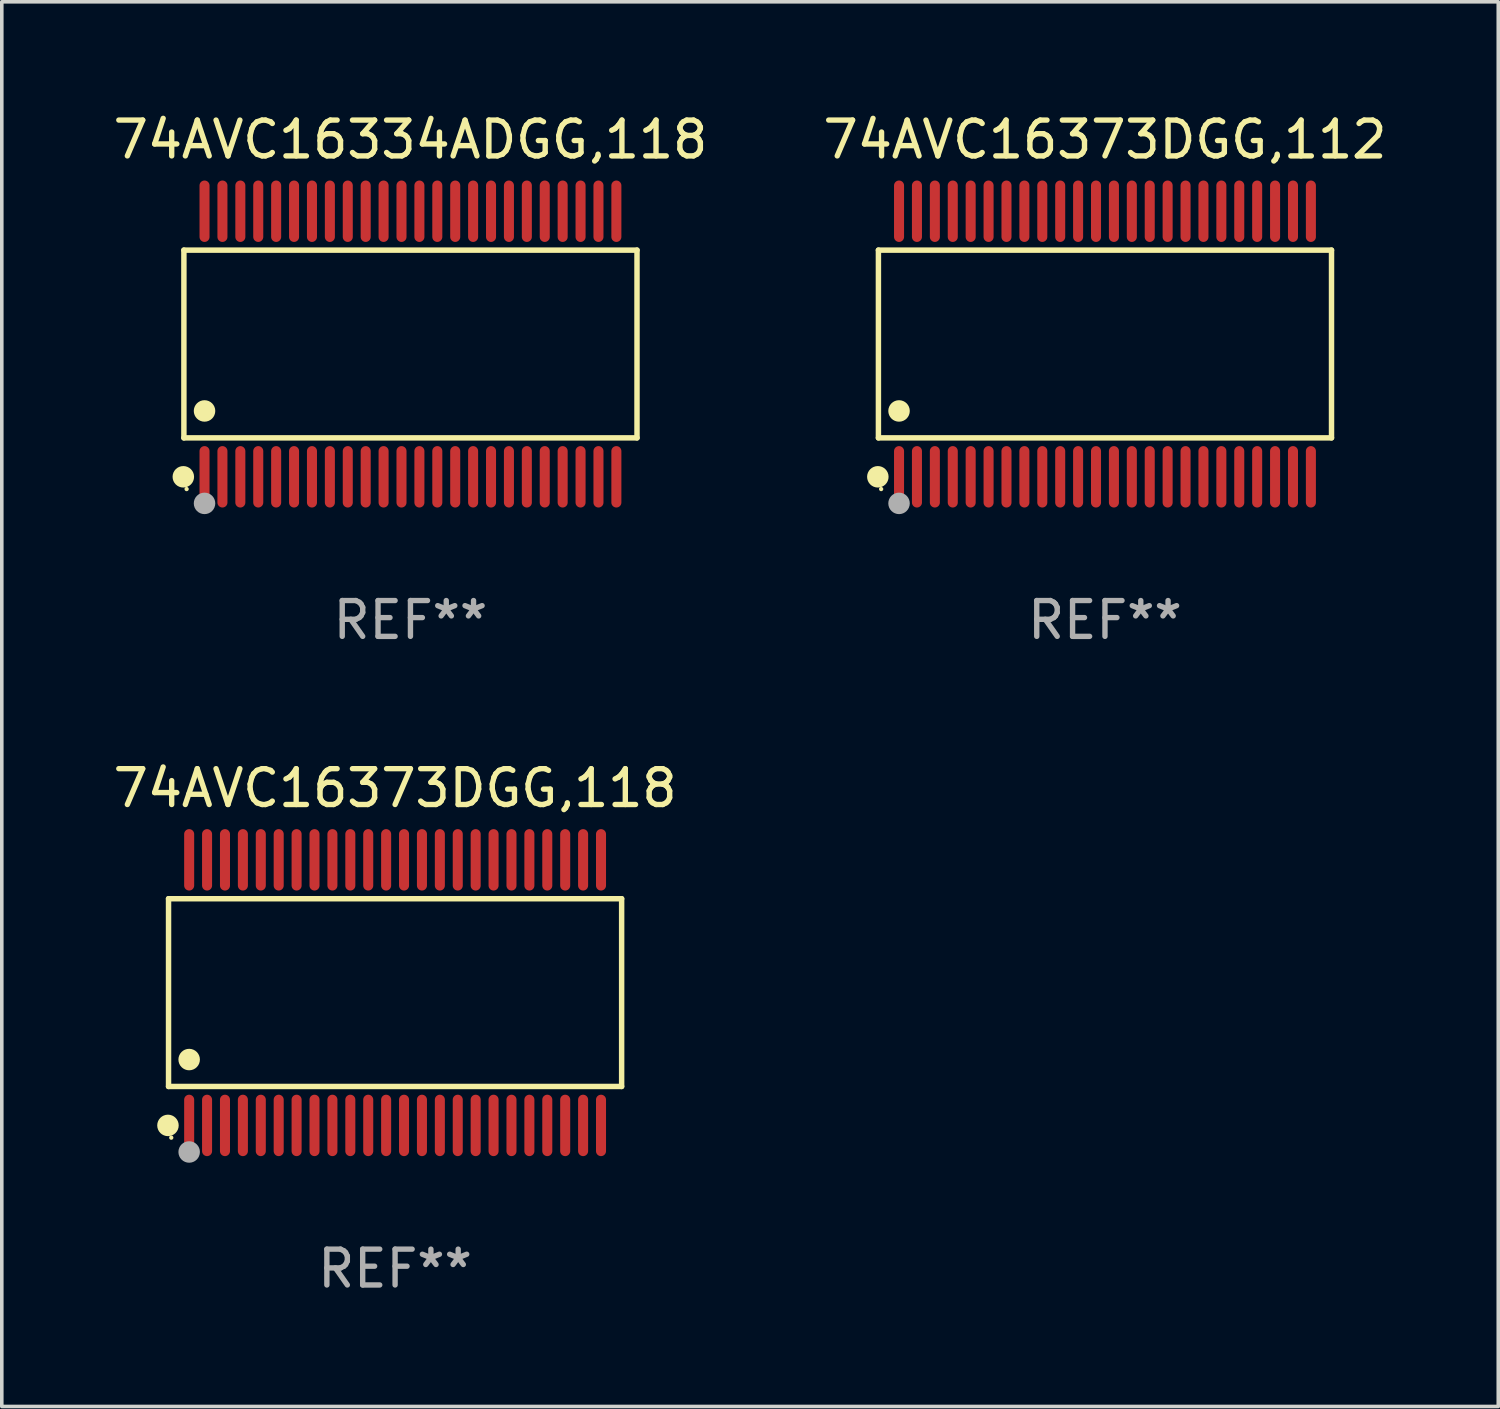
<source format=kicad_pcb>
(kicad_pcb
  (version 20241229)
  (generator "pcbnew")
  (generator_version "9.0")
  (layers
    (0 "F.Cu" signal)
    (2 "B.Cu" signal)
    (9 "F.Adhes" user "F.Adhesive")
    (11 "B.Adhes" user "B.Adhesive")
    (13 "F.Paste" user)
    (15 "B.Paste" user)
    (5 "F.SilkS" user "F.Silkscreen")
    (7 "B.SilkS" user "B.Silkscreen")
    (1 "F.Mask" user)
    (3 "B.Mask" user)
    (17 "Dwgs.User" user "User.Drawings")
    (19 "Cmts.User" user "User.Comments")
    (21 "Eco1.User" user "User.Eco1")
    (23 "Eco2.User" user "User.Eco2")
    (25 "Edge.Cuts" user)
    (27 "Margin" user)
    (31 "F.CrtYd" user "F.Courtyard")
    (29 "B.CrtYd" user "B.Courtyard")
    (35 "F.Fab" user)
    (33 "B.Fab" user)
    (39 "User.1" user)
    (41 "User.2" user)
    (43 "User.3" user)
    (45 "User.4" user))
  (footprint "74AVC16373DGG,118"
    (layer "F.Cu")
    (at 7.982 24.667)
    (property "Reference" "74AVC16373DGG,118" (at 0 -5.708 0) (layer "F.SilkS") (effects (font (size 1 1) (thickness 0.15))))
    (attr through_hole)
    (fp_line (start -6.326 -2.622) (end 6.326 -2.622) (stroke (width 0.152) (type solid)) (layer "F.SilkS"))
    (fp_line (start -6.326 2.621) (end -6.326 -2.622) (stroke (width 0.152) (type solid)) (layer "F.SilkS"))
    (fp_line (start 6.326 -2.622) (end 6.326 2.621) (stroke (width 0.152) (type solid)) (layer "F.SilkS"))
    (fp_line (start 6.326 2.621) (end -6.326 2.621) (stroke (width 0.152) (type solid)) (layer "F.SilkS"))
    (fp_circle (center -6.342 3.708) (end -6.192 3.708) (stroke (width 0.3) (type solid)) (fill no) (layer "F.SilkS"))
    (fp_circle (center -6.25 4.05) (end -6.22 4.05) (stroke (width 0.06) (type solid)) (fill no) (layer "F.SilkS"))
    (fp_circle (center -5.75 1.869) (end -5.6 1.869) (stroke (width 0.3) (type solid)) (fill no) (layer "F.SilkS"))
    (fp_circle (center -5.75 4.45) (end -5.6 4.45) (stroke (width 0.3) (type solid)) (fill no) (layer "F.Fab"))
    (fp_text user "REF**" (at 0 7.708 0) (layer "F.Fab") (effects (font (size 1 1) (thickness 0.15))))
    (pad "1" smd oval (at -5.75 3.708) (size 0.28 1.715) (layers "F.Cu" "F.Mask" "F.Paste"))
    (pad "2" smd oval (at -5.25 3.708) (size 0.28 1.715) (layers "F.Cu" "F.Mask" "F.Paste"))
    (pad "3" smd oval (at -4.75 3.708) (size 0.28 1.715) (layers "F.Cu" "F.Mask" "F.Paste"))
    (pad "4" smd oval (at -4.25 3.708) (size 0.28 1.715) (layers "F.Cu" "F.Mask" "F.Paste"))
    (pad "5" smd oval (at -3.75 3.708) (size 0.28 1.715) (layers "F.Cu" "F.Mask" "F.Paste"))
    (pad "6" smd oval (at -3.25 3.708) (size 0.28 1.715) (layers "F.Cu" "F.Mask" "F.Paste"))
    (pad "7" smd oval (at -2.75 3.708) (size 0.28 1.715) (layers "F.Cu" "F.Mask" "F.Paste"))
    (pad "8" smd oval (at -2.25 3.708) (size 0.28 1.715) (layers "F.Cu" "F.Mask" "F.Paste"))
    (pad "9" smd oval (at -1.75 3.708) (size 0.28 1.715) (layers "F.Cu" "F.Mask" "F.Paste"))
    (pad "10" smd oval (at -1.25 3.708) (size 0.28 1.715) (layers "F.Cu" "F.Mask" "F.Paste"))
    (pad "11" smd oval (at -0.75 3.708) (size 0.28 1.715) (layers "F.Cu" "F.Mask" "F.Paste"))
    (pad "12" smd oval (at -0.25 3.708) (size 0.28 1.715) (layers "F.Cu" "F.Mask" "F.Paste"))
    (pad "13" smd oval (at 0.25 3.708) (size 0.28 1.715) (layers "F.Cu" "F.Mask" "F.Paste"))
    (pad "14" smd oval (at 0.75 3.708) (size 0.28 1.715) (layers "F.Cu" "F.Mask" "F.Paste"))
    (pad "15" smd oval (at 1.25 3.708) (size 0.28 1.715) (layers "F.Cu" "F.Mask" "F.Paste"))
    (pad "16" smd oval (at 1.75 3.708) (size 0.28 1.715) (layers "F.Cu" "F.Mask" "F.Paste"))
    (pad "17" smd oval (at 2.25 3.708) (size 0.28 1.715) (layers "F.Cu" "F.Mask" "F.Paste"))
    (pad "18" smd oval (at 2.75 3.708) (size 0.28 1.715) (layers "F.Cu" "F.Mask" "F.Paste"))
    (pad "19" smd oval (at 3.25 3.708) (size 0.28 1.715) (layers "F.Cu" "F.Mask" "F.Paste"))
    (pad "20" smd oval (at 3.75 3.708) (size 0.28 1.715) (layers "F.Cu" "F.Mask" "F.Paste"))
    (pad "21" smd oval (at 4.25 3.708) (size 0.28 1.715) (layers "F.Cu" "F.Mask" "F.Paste"))
    (pad "22" smd oval (at 4.75 3.708) (size 0.28 1.715) (layers "F.Cu" "F.Mask" "F.Paste"))
    (pad "23" smd oval (at 5.25 3.708) (size 0.28 1.715) (layers "F.Cu" "F.Mask" "F.Paste"))
    (pad "24" smd oval (at 5.75 3.708) (size 0.28 1.715) (layers "F.Cu" "F.Mask" "F.Paste"))
    (pad "25" smd oval (at 5.75 -3.708) (size 0.28 1.715) (layers "F.Cu" "F.Mask" "F.Paste"))
    (pad "26" smd oval (at 5.25 -3.708) (size 0.28 1.715) (layers "F.Cu" "F.Mask" "F.Paste"))
    (pad "27" smd oval (at 4.75 -3.708) (size 0.28 1.715) (layers "F.Cu" "F.Mask" "F.Paste"))
    (pad "28" smd oval (at 4.25 -3.708) (size 0.28 1.715) (layers "F.Cu" "F.Mask" "F.Paste"))
    (pad "29" smd oval (at 3.75 -3.708) (size 0.28 1.715) (layers "F.Cu" "F.Mask" "F.Paste"))
    (pad "30" smd oval (at 3.25 -3.708) (size 0.28 1.715) (layers "F.Cu" "F.Mask" "F.Paste"))
    (pad "31" smd oval (at 2.75 -3.708) (size 0.28 1.715) (layers "F.Cu" "F.Mask" "F.Paste"))
    (pad "32" smd oval (at 2.25 -3.708) (size 0.28 1.715) (layers "F.Cu" "F.Mask" "F.Paste"))
    (pad "33" smd oval (at 1.75 -3.708) (size 0.28 1.715) (layers "F.Cu" "F.Mask" "F.Paste"))
    (pad "34" smd oval (at 1.25 -3.708) (size 0.28 1.715) (layers "F.Cu" "F.Mask" "F.Paste"))
    (pad "35" smd oval (at 0.75 -3.708) (size 0.28 1.715) (layers "F.Cu" "F.Mask" "F.Paste"))
    (pad "36" smd oval (at 0.25 -3.708) (size 0.28 1.715) (layers "F.Cu" "F.Mask" "F.Paste"))
    (pad "37" smd oval (at -0.25 -3.708) (size 0.28 1.715) (layers "F.Cu" "F.Mask" "F.Paste"))
    (pad "38" smd oval (at -0.75 -3.708) (size 0.28 1.715) (layers "F.Cu" "F.Mask" "F.Paste"))
    (pad "39" smd oval (at -1.25 -3.708) (size 0.28 1.715) (layers "F.Cu" "F.Mask" "F.Paste"))
    (pad "40" smd oval (at -1.75 -3.708) (size 0.28 1.715) (layers "F.Cu" "F.Mask" "F.Paste"))
    (pad "41" smd oval (at -2.25 -3.708) (size 0.28 1.715) (layers "F.Cu" "F.Mask" "F.Paste"))
    (pad "42" smd oval (at -2.75 -3.708) (size 0.28 1.715) (layers "F.Cu" "F.Mask" "F.Paste"))
    (pad "43" smd oval (at -3.25 -3.708) (size 0.28 1.715) (layers "F.Cu" "F.Mask" "F.Paste"))
    (pad "44" smd oval (at -3.75 -3.708) (size 0.28 1.715) (layers "F.Cu" "F.Mask" "F.Paste"))
    (pad "45" smd oval (at -4.25 -3.708) (size 0.28 1.715) (layers "F.Cu" "F.Mask" "F.Paste"))
    (pad "46" smd oval (at -4.75 -3.708) (size 0.28 1.715) (layers "F.Cu" "F.Mask" "F.Paste"))
    (pad "47" smd oval (at -5.25 -3.708) (size 0.28 1.715) (layers "F.Cu" "F.Mask" "F.Paste"))
    (pad "48" smd oval (at -5.75 -3.708) (size 0.28 1.715) (layers "F.Cu" "F.Mask" "F.Paste")))
  (footprint "74AVC16334ADGG,118"
    (layer "F.Cu")
    (at 8.411 6.556)
    (property "Reference" "74AVC16334ADGG,118" (at 0 -5.708 0) (layer "F.SilkS") (effects (font (size 1 1) (thickness 0.15))))
    (attr through_hole)
    (fp_line (start -6.326 -2.622) (end 6.326 -2.622) (stroke (width 0.152) (type solid)) (layer "F.SilkS"))
    (fp_line (start -6.326 2.621) (end -6.326 -2.622) (stroke (width 0.152) (type solid)) (layer "F.SilkS"))
    (fp_line (start 6.326 -2.622) (end 6.326 2.621) (stroke (width 0.152) (type solid)) (layer "F.SilkS"))
    (fp_line (start 6.326 2.621) (end -6.326 2.621) (stroke (width 0.152) (type solid)) (layer "F.SilkS"))
    (fp_circle (center -6.342 3.708) (end -6.192 3.708) (stroke (width 0.3) (type solid)) (fill no) (layer "F.SilkS"))
    (fp_circle (center -6.25 4.05) (end -6.22 4.05) (stroke (width 0.06) (type solid)) (fill no) (layer "F.SilkS"))
    (fp_circle (center -5.75 1.869) (end -5.6 1.869) (stroke (width 0.3) (type solid)) (fill no) (layer "F.SilkS"))
    (fp_circle (center -5.75 4.45) (end -5.6 4.45) (stroke (width 0.3) (type solid)) (fill no) (layer "F.Fab"))
    (fp_text user "REF**" (at 0 7.708 0) (layer "F.Fab") (effects (font (size 1 1) (thickness 0.15))))
    (pad "1" smd oval (at -5.75 3.708) (size 0.28 1.715) (layers "F.Cu" "F.Mask" "F.Paste"))
    (pad "2" smd oval (at -5.25 3.708) (size 0.28 1.715) (layers "F.Cu" "F.Mask" "F.Paste"))
    (pad "3" smd oval (at -4.75 3.708) (size 0.28 1.715) (layers "F.Cu" "F.Mask" "F.Paste"))
    (pad "4" smd oval (at -4.25 3.708) (size 0.28 1.715) (layers "F.Cu" "F.Mask" "F.Paste"))
    (pad "5" smd oval (at -3.75 3.708) (size 0.28 1.715) (layers "F.Cu" "F.Mask" "F.Paste"))
    (pad "6" smd oval (at -3.25 3.708) (size 0.28 1.715) (layers "F.Cu" "F.Mask" "F.Paste"))
    (pad "7" smd oval (at -2.75 3.708) (size 0.28 1.715) (layers "F.Cu" "F.Mask" "F.Paste"))
    (pad "8" smd oval (at -2.25 3.708) (size 0.28 1.715) (layers "F.Cu" "F.Mask" "F.Paste"))
    (pad "9" smd oval (at -1.75 3.708) (size 0.28 1.715) (layers "F.Cu" "F.Mask" "F.Paste"))
    (pad "10" smd oval (at -1.25 3.708) (size 0.28 1.715) (layers "F.Cu" "F.Mask" "F.Paste"))
    (pad "11" smd oval (at -0.75 3.708) (size 0.28 1.715) (layers "F.Cu" "F.Mask" "F.Paste"))
    (pad "12" smd oval (at -0.25 3.708) (size 0.28 1.715) (layers "F.Cu" "F.Mask" "F.Paste"))
    (pad "13" smd oval (at 0.25 3.708) (size 0.28 1.715) (layers "F.Cu" "F.Mask" "F.Paste"))
    (pad "14" smd oval (at 0.75 3.708) (size 0.28 1.715) (layers "F.Cu" "F.Mask" "F.Paste"))
    (pad "15" smd oval (at 1.25 3.708) (size 0.28 1.715) (layers "F.Cu" "F.Mask" "F.Paste"))
    (pad "16" smd oval (at 1.75 3.708) (size 0.28 1.715) (layers "F.Cu" "F.Mask" "F.Paste"))
    (pad "17" smd oval (at 2.25 3.708) (size 0.28 1.715) (layers "F.Cu" "F.Mask" "F.Paste"))
    (pad "18" smd oval (at 2.75 3.708) (size 0.28 1.715) (layers "F.Cu" "F.Mask" "F.Paste"))
    (pad "19" smd oval (at 3.25 3.708) (size 0.28 1.715) (layers "F.Cu" "F.Mask" "F.Paste"))
    (pad "20" smd oval (at 3.75 3.708) (size 0.28 1.715) (layers "F.Cu" "F.Mask" "F.Paste"))
    (pad "21" smd oval (at 4.25 3.708) (size 0.28 1.715) (layers "F.Cu" "F.Mask" "F.Paste"))
    (pad "22" smd oval (at 4.75 3.708) (size 0.28 1.715) (layers "F.Cu" "F.Mask" "F.Paste"))
    (pad "23" smd oval (at 5.25 3.708) (size 0.28 1.715) (layers "F.Cu" "F.Mask" "F.Paste"))
    (pad "24" smd oval (at 5.75 3.708) (size 0.28 1.715) (layers "F.Cu" "F.Mask" "F.Paste"))
    (pad "25" smd oval (at 5.75 -3.708) (size 0.28 1.715) (layers "F.Cu" "F.Mask" "F.Paste"))
    (pad "26" smd oval (at 5.25 -3.708) (size 0.28 1.715) (layers "F.Cu" "F.Mask" "F.Paste"))
    (pad "27" smd oval (at 4.75 -3.708) (size 0.28 1.715) (layers "F.Cu" "F.Mask" "F.Paste"))
    (pad "28" smd oval (at 4.25 -3.708) (size 0.28 1.715) (layers "F.Cu" "F.Mask" "F.Paste"))
    (pad "29" smd oval (at 3.75 -3.708) (size 0.28 1.715) (layers "F.Cu" "F.Mask" "F.Paste"))
    (pad "30" smd oval (at 3.25 -3.708) (size 0.28 1.715) (layers "F.Cu" "F.Mask" "F.Paste"))
    (pad "31" smd oval (at 2.75 -3.708) (size 0.28 1.715) (layers "F.Cu" "F.Mask" "F.Paste"))
    (pad "32" smd oval (at 2.25 -3.708) (size 0.28 1.715) (layers "F.Cu" "F.Mask" "F.Paste"))
    (pad "33" smd oval (at 1.75 -3.708) (size 0.28 1.715) (layers "F.Cu" "F.Mask" "F.Paste"))
    (pad "34" smd oval (at 1.25 -3.708) (size 0.28 1.715) (layers "F.Cu" "F.Mask" "F.Paste"))
    (pad "35" smd oval (at 0.75 -3.708) (size 0.28 1.715) (layers "F.Cu" "F.Mask" "F.Paste"))
    (pad "36" smd oval (at 0.25 -3.708) (size 0.28 1.715) (layers "F.Cu" "F.Mask" "F.Paste"))
    (pad "37" smd oval (at -0.25 -3.708) (size 0.28 1.715) (layers "F.Cu" "F.Mask" "F.Paste"))
    (pad "38" smd oval (at -0.75 -3.708) (size 0.28 1.715) (layers "F.Cu" "F.Mask" "F.Paste"))
    (pad "39" smd oval (at -1.25 -3.708) (size 0.28 1.715) (layers "F.Cu" "F.Mask" "F.Paste"))
    (pad "40" smd oval (at -1.75 -3.708) (size 0.28 1.715) (layers "F.Cu" "F.Mask" "F.Paste"))
    (pad "41" smd oval (at -2.25 -3.708) (size 0.28 1.715) (layers "F.Cu" "F.Mask" "F.Paste"))
    (pad "42" smd oval (at -2.75 -3.708) (size 0.28 1.715) (layers "F.Cu" "F.Mask" "F.Paste"))
    (pad "43" smd oval (at -3.25 -3.708) (size 0.28 1.715) (layers "F.Cu" "F.Mask" "F.Paste"))
    (pad "44" smd oval (at -3.75 -3.708) (size 0.28 1.715) (layers "F.Cu" "F.Mask" "F.Paste"))
    (pad "45" smd oval (at -4.25 -3.708) (size 0.28 1.715) (layers "F.Cu" "F.Mask" "F.Paste"))
    (pad "46" smd oval (at -4.75 -3.708) (size 0.28 1.715) (layers "F.Cu" "F.Mask" "F.Paste"))
    (pad "47" smd oval (at -5.25 -3.708) (size 0.28 1.715) (layers "F.Cu" "F.Mask" "F.Paste"))
    (pad "48" smd oval (at -5.75 -3.708) (size 0.28 1.715) (layers "F.Cu" "F.Mask" "F.Paste")))
  (footprint "74AVC16373DGG,112"
    (layer "F.Cu")
    (at 27.804 6.556)
    (property "Reference" "74AVC16373DGG,112" (at 0 -5.708 0) (layer "F.SilkS") (effects (font (size 1 1) (thickness 0.15))))
    (attr through_hole)
    (fp_line (start -6.326 -2.622) (end 6.326 -2.622) (stroke (width 0.152) (type solid)) (layer "F.SilkS"))
    (fp_line (start -6.326 2.621) (end -6.326 -2.622) (stroke (width 0.152) (type solid)) (layer "F.SilkS"))
    (fp_line (start 6.326 -2.622) (end 6.326 2.621) (stroke (width 0.152) (type solid)) (layer "F.SilkS"))
    (fp_line (start 6.326 2.621) (end -6.326 2.621) (stroke (width 0.152) (type solid)) (layer "F.SilkS"))
    (fp_circle (center -6.342 3.708) (end -6.192 3.708) (stroke (width 0.3) (type solid)) (fill no) (layer "F.SilkS"))
    (fp_circle (center -6.25 4.05) (end -6.22 4.05) (stroke (width 0.06) (type solid)) (fill no) (layer "F.SilkS"))
    (fp_circle (center -5.75 1.869) (end -5.6 1.869) (stroke (width 0.3) (type solid)) (fill no) (layer "F.SilkS"))
    (fp_circle (center -5.75 4.45) (end -5.6 4.45) (stroke (width 0.3) (type solid)) (fill no) (layer "F.Fab"))
    (fp_text user "REF**" (at 0 7.708 0) (layer "F.Fab") (effects (font (size 1 1) (thickness 0.15))))
    (pad "1" smd oval (at -5.75 3.708) (size 0.28 1.715) (layers "F.Cu" "F.Mask" "F.Paste"))
    (pad "2" smd oval (at -5.25 3.708) (size 0.28 1.715) (layers "F.Cu" "F.Mask" "F.Paste"))
    (pad "3" smd oval (at -4.75 3.708) (size 0.28 1.715) (layers "F.Cu" "F.Mask" "F.Paste"))
    (pad "4" smd oval (at -4.25 3.708) (size 0.28 1.715) (layers "F.Cu" "F.Mask" "F.Paste"))
    (pad "5" smd oval (at -3.75 3.708) (size 0.28 1.715) (layers "F.Cu" "F.Mask" "F.Paste"))
    (pad "6" smd oval (at -3.25 3.708) (size 0.28 1.715) (layers "F.Cu" "F.Mask" "F.Paste"))
    (pad "7" smd oval (at -2.75 3.708) (size 0.28 1.715) (layers "F.Cu" "F.Mask" "F.Paste"))
    (pad "8" smd oval (at -2.25 3.708) (size 0.28 1.715) (layers "F.Cu" "F.Mask" "F.Paste"))
    (pad "9" smd oval (at -1.75 3.708) (size 0.28 1.715) (layers "F.Cu" "F.Mask" "F.Paste"))
    (pad "10" smd oval (at -1.25 3.708) (size 0.28 1.715) (layers "F.Cu" "F.Mask" "F.Paste"))
    (pad "11" smd oval (at -0.75 3.708) (size 0.28 1.715) (layers "F.Cu" "F.Mask" "F.Paste"))
    (pad "12" smd oval (at -0.25 3.708) (size 0.28 1.715) (layers "F.Cu" "F.Mask" "F.Paste"))
    (pad "13" smd oval (at 0.25 3.708) (size 0.28 1.715) (layers "F.Cu" "F.Mask" "F.Paste"))
    (pad "14" smd oval (at 0.75 3.708) (size 0.28 1.715) (layers "F.Cu" "F.Mask" "F.Paste"))
    (pad "15" smd oval (at 1.25 3.708) (size 0.28 1.715) (layers "F.Cu" "F.Mask" "F.Paste"))
    (pad "16" smd oval (at 1.75 3.708) (size 0.28 1.715) (layers "F.Cu" "F.Mask" "F.Paste"))
    (pad "17" smd oval (at 2.25 3.708) (size 0.28 1.715) (layers "F.Cu" "F.Mask" "F.Paste"))
    (pad "18" smd oval (at 2.75 3.708) (size 0.28 1.715) (layers "F.Cu" "F.Mask" "F.Paste"))
    (pad "19" smd oval (at 3.25 3.708) (size 0.28 1.715) (layers "F.Cu" "F.Mask" "F.Paste"))
    (pad "20" smd oval (at 3.75 3.708) (size 0.28 1.715) (layers "F.Cu" "F.Mask" "F.Paste"))
    (pad "21" smd oval (at 4.25 3.708) (size 0.28 1.715) (layers "F.Cu" "F.Mask" "F.Paste"))
    (pad "22" smd oval (at 4.75 3.708) (size 0.28 1.715) (layers "F.Cu" "F.Mask" "F.Paste"))
    (pad "23" smd oval (at 5.25 3.708) (size 0.28 1.715) (layers "F.Cu" "F.Mask" "F.Paste"))
    (pad "24" smd oval (at 5.75 3.708) (size 0.28 1.715) (layers "F.Cu" "F.Mask" "F.Paste"))
    (pad "25" smd oval (at 5.75 -3.708) (size 0.28 1.715) (layers "F.Cu" "F.Mask" "F.Paste"))
    (pad "26" smd oval (at 5.25 -3.708) (size 0.28 1.715) (layers "F.Cu" "F.Mask" "F.Paste"))
    (pad "27" smd oval (at 4.75 -3.708) (size 0.28 1.715) (layers "F.Cu" "F.Mask" "F.Paste"))
    (pad "28" smd oval (at 4.25 -3.708) (size 0.28 1.715) (layers "F.Cu" "F.Mask" "F.Paste"))
    (pad "29" smd oval (at 3.75 -3.708) (size 0.28 1.715) (layers "F.Cu" "F.Mask" "F.Paste"))
    (pad "30" smd oval (at 3.25 -3.708) (size 0.28 1.715) (layers "F.Cu" "F.Mask" "F.Paste"))
    (pad "31" smd oval (at 2.75 -3.708) (size 0.28 1.715) (layers "F.Cu" "F.Mask" "F.Paste"))
    (pad "32" smd oval (at 2.25 -3.708) (size 0.28 1.715) (layers "F.Cu" "F.Mask" "F.Paste"))
    (pad "33" smd oval (at 1.75 -3.708) (size 0.28 1.715) (layers "F.Cu" "F.Mask" "F.Paste"))
    (pad "34" smd oval (at 1.25 -3.708) (size 0.28 1.715) (layers "F.Cu" "F.Mask" "F.Paste"))
    (pad "35" smd oval (at 0.75 -3.708) (size 0.28 1.715) (layers "F.Cu" "F.Mask" "F.Paste"))
    (pad "36" smd oval (at 0.25 -3.708) (size 0.28 1.715) (layers "F.Cu" "F.Mask" "F.Paste"))
    (pad "37" smd oval (at -0.25 -3.708) (size 0.28 1.715) (layers "F.Cu" "F.Mask" "F.Paste"))
    (pad "38" smd oval (at -0.75 -3.708) (size 0.28 1.715) (layers "F.Cu" "F.Mask" "F.Paste"))
    (pad "39" smd oval (at -1.25 -3.708) (size 0.28 1.715) (layers "F.Cu" "F.Mask" "F.Paste"))
    (pad "40" smd oval (at -1.75 -3.708) (size 0.28 1.715) (layers "F.Cu" "F.Mask" "F.Paste"))
    (pad "41" smd oval (at -2.25 -3.708) (size 0.28 1.715) (layers "F.Cu" "F.Mask" "F.Paste"))
    (pad "42" smd oval (at -2.75 -3.708) (size 0.28 1.715) (layers "F.Cu" "F.Mask" "F.Paste"))
    (pad "43" smd oval (at -3.25 -3.708) (size 0.28 1.715) (layers "F.Cu" "F.Mask" "F.Paste"))
    (pad "44" smd oval (at -3.75 -3.708) (size 0.28 1.715) (layers "F.Cu" "F.Mask" "F.Paste"))
    (pad "45" smd oval (at -4.25 -3.708) (size 0.28 1.715) (layers "F.Cu" "F.Mask" "F.Paste"))
    (pad "46" smd oval (at -4.75 -3.708) (size 0.28 1.715) (layers "F.Cu" "F.Mask" "F.Paste"))
    (pad "47" smd oval (at -5.25 -3.708) (size 0.28 1.715) (layers "F.Cu" "F.Mask" "F.Paste"))
    (pad "48" smd oval (at -5.75 -3.708) (size 0.28 1.715) (layers "F.Cu" "F.Mask" "F.Paste")))
  (gr_rect
    (start -3 -3)
    (end 38.786 36.223)
    (stroke (width 0.1) (type default))
    (fill no)
    (layer "Edge.Cuts")))
</source>
